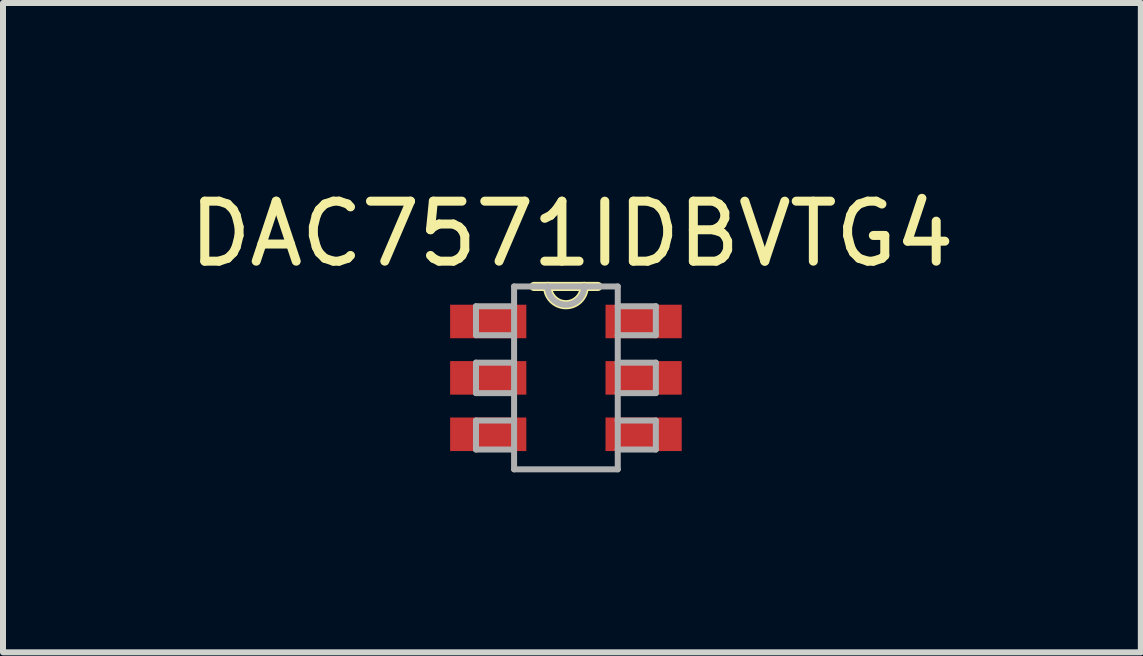
<source format=kicad_pcb>
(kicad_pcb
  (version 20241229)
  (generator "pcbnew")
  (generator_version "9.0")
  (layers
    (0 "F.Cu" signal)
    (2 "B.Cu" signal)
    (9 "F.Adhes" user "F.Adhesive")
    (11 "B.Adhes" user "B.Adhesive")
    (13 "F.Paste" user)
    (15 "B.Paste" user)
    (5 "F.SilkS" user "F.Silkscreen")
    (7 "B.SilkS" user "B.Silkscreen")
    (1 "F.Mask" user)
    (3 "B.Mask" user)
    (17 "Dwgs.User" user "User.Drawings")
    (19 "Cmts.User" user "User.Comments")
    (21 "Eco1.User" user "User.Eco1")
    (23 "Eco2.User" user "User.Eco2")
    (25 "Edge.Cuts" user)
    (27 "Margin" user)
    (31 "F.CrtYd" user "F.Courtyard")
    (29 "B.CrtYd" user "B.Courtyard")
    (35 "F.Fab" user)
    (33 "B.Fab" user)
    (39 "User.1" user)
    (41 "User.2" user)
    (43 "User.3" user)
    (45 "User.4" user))
  (footprint "DAC7571IDBVTG4"
    (layer "F.Cu")
    (at 6.382 3.248)
    (property "Reference" "DAC7571IDBVTG4" (at 0.1 -2.4 0) (layer "F.SilkS") (effects (font (size 1 1) (thickness 0.15))))
    (attr through_hole)
    (fp_line (start -0.305 -1.524) (end -0.533 -1.524) (stroke (width 0.152) (type solid)) (layer "F.SilkS"))
    (fp_line (start 0.305 -1.524) (end -0.305 -1.524) (stroke (width 0.152) (type solid)) (layer "F.SilkS"))
    (fp_line (start 0.533 -1.524) (end 0.305 -1.524) (stroke (width 0.152) (type solid)) (layer "F.SilkS"))
    (fp_arc (start 0.3048 -1.524) (mid 0 -1.2192) (end -0.3048 -1.524) (stroke (width 0.1524) (type solid)) (layer "F.SilkS"))
    (fp_line (start -1.499 -1.194) (end -1.499 -0.711) (stroke (width 0.1) (type solid)) (layer "F.Fab"))
    (fp_line (start -1.499 -0.711) (end -0.864 -0.711) (stroke (width 0.1) (type solid)) (layer "F.Fab"))
    (fp_line (start -1.499 -0.254) (end -1.499 0.254) (stroke (width 0.1) (type solid)) (layer "F.Fab"))
    (fp_line (start -1.499 0.254) (end -0.864 0.254) (stroke (width 0.1) (type solid)) (layer "F.Fab"))
    (fp_line (start -1.499 0.711) (end -1.499 1.194) (stroke (width 0.1) (type solid)) (layer "F.Fab"))
    (fp_line (start -1.499 1.194) (end -0.864 1.194) (stroke (width 0.1) (type solid)) (layer "F.Fab"))
    (fp_line (start -0.864 -1.524) (end -0.864 -1.194) (stroke (width 0.1) (type solid)) (layer "F.Fab"))
    (fp_line (start -0.864 -1.194) (end -1.499 -1.194) (stroke (width 0.1) (type solid)) (layer "F.Fab"))
    (fp_line (start -0.864 -1.194) (end -0.864 -0.711) (stroke (width 0.1) (type solid)) (layer "F.Fab"))
    (fp_line (start -0.864 -0.711) (end -0.864 -0.254) (stroke (width 0.1) (type solid)) (layer "F.Fab"))
    (fp_line (start -0.864 -0.254) (end -1.499 -0.254) (stroke (width 0.1) (type solid)) (layer "F.Fab"))
    (fp_line (start -0.864 -0.254) (end -0.864 0.254) (stroke (width 0.1) (type solid)) (layer "F.Fab"))
    (fp_line (start -0.864 0.254) (end -0.864 0.711) (stroke (width 0.1) (type solid)) (layer "F.Fab"))
    (fp_line (start -0.864 0.711) (end -1.499 0.711) (stroke (width 0.1) (type solid)) (layer "F.Fab"))
    (fp_line (start -0.864 1.194) (end -0.864 0.711) (stroke (width 0.1) (type solid)) (layer "F.Fab"))
    (fp_line (start -0.864 1.524) (end -0.864 1.194) (stroke (width 0.1) (type solid)) (layer "F.Fab"))
    (fp_line (start -0.864 1.524) (end 0.864 1.524) (stroke (width 0.1) (type solid)) (layer "F.Fab"))
    (fp_line (start -0.305 -1.524) (end -0.864 -1.524) (stroke (width 0.1) (type solid)) (layer "F.Fab"))
    (fp_line (start 0.305 -1.524) (end -0.305 -1.524) (stroke (width 0.1) (type solid)) (layer "F.Fab"))
    (fp_line (start 0.864 -1.524) (end 0.305 -1.524) (stroke (width 0.1) (type solid)) (layer "F.Fab"))
    (fp_line (start 0.864 -1.524) (end 0.864 -1.194) (stroke (width 0.1) (type solid)) (layer "F.Fab"))
    (fp_line (start 0.864 -1.194) (end 0.864 -0.711) (stroke (width 0.1) (type solid)) (layer "F.Fab"))
    (fp_line (start 0.864 -0.711) (end 1.499 -0.711) (stroke (width 0.1) (type solid)) (layer "F.Fab"))
    (fp_line (start 0.864 -0.254) (end 0.864 -0.711) (stroke (width 0.1) (type solid)) (layer "F.Fab"))
    (fp_line (start 0.864 0.254) (end 0.864 -0.254) (stroke (width 0.1) (type solid)) (layer "F.Fab"))
    (fp_line (start 0.864 0.254) (end 1.499 0.254) (stroke (width 0.1) (type solid)) (layer "F.Fab"))
    (fp_line (start 0.864 0.711) (end 0.864 0.254) (stroke (width 0.1) (type solid)) (layer "F.Fab"))
    (fp_line (start 0.864 1.194) (end 0.864 0.711) (stroke (width 0.1) (type solid)) (layer "F.Fab"))
    (fp_line (start 0.864 1.194) (end 1.499 1.194) (stroke (width 0.1) (type solid)) (layer "F.Fab"))
    (fp_line (start 0.864 1.524) (end 0.864 1.194) (stroke (width 0.1) (type solid)) (layer "F.Fab"))
    (fp_line (start 1.499 -1.194) (end 0.864 -1.194) (stroke (width 0.1) (type solid)) (layer "F.Fab"))
    (fp_line (start 1.499 -0.711) (end 1.499 -1.194) (stroke (width 0.1) (type solid)) (layer "F.Fab"))
    (fp_line (start 1.499 -0.254) (end 0.864 -0.254) (stroke (width 0.1) (type solid)) (layer "F.Fab"))
    (fp_line (start 1.499 0.254) (end 1.499 -0.254) (stroke (width 0.1) (type solid)) (layer "F.Fab"))
    (fp_line (start 1.499 0.711) (end 0.864 0.711) (stroke (width 0.1) (type solid)) (layer "F.Fab"))
    (fp_line (start 1.499 1.194) (end 1.499 0.711) (stroke (width 0.1) (type solid)) (layer "F.Fab"))
    (fp_arc (start 0.3048 -1.524) (mid 0 -1.2192) (end -0.3048 -1.524) (stroke (width 0.1) (type solid)) (layer "F.Fab"))
    (pad "1" smd rect (at -1.295 -0.94) (size 1.27 0.559) (layers "F.Cu" "F.Mask" "F.Paste"))
    (pad "2" smd rect (at -1.295 0) (size 1.27 0.559) (layers "F.Cu" "F.Mask" "F.Paste"))
    (pad "3" smd rect (at -1.295 0.94) (size 1.27 0.559) (layers "F.Cu" "F.Mask" "F.Paste"))
    (pad "4" smd rect (at 1.295 0.94) (size 1.27 0.559) (layers "F.Cu" "F.Mask" "F.Paste"))
    (pad "5" smd rect (at 1.295 0) (size 1.27 0.559) (layers "F.Cu" "F.Mask" "F.Paste"))
    (pad "6" smd rect (at 1.295 -0.94) (size 1.27 0.559) (layers "F.Cu" "F.Mask" "F.Paste")))
  (gr_rect
    (start -3 -3)
    (end 15.964 7.822)
    (stroke (width 0.1) (type default))
    (fill no)
    (layer "Edge.Cuts")))
</source>
